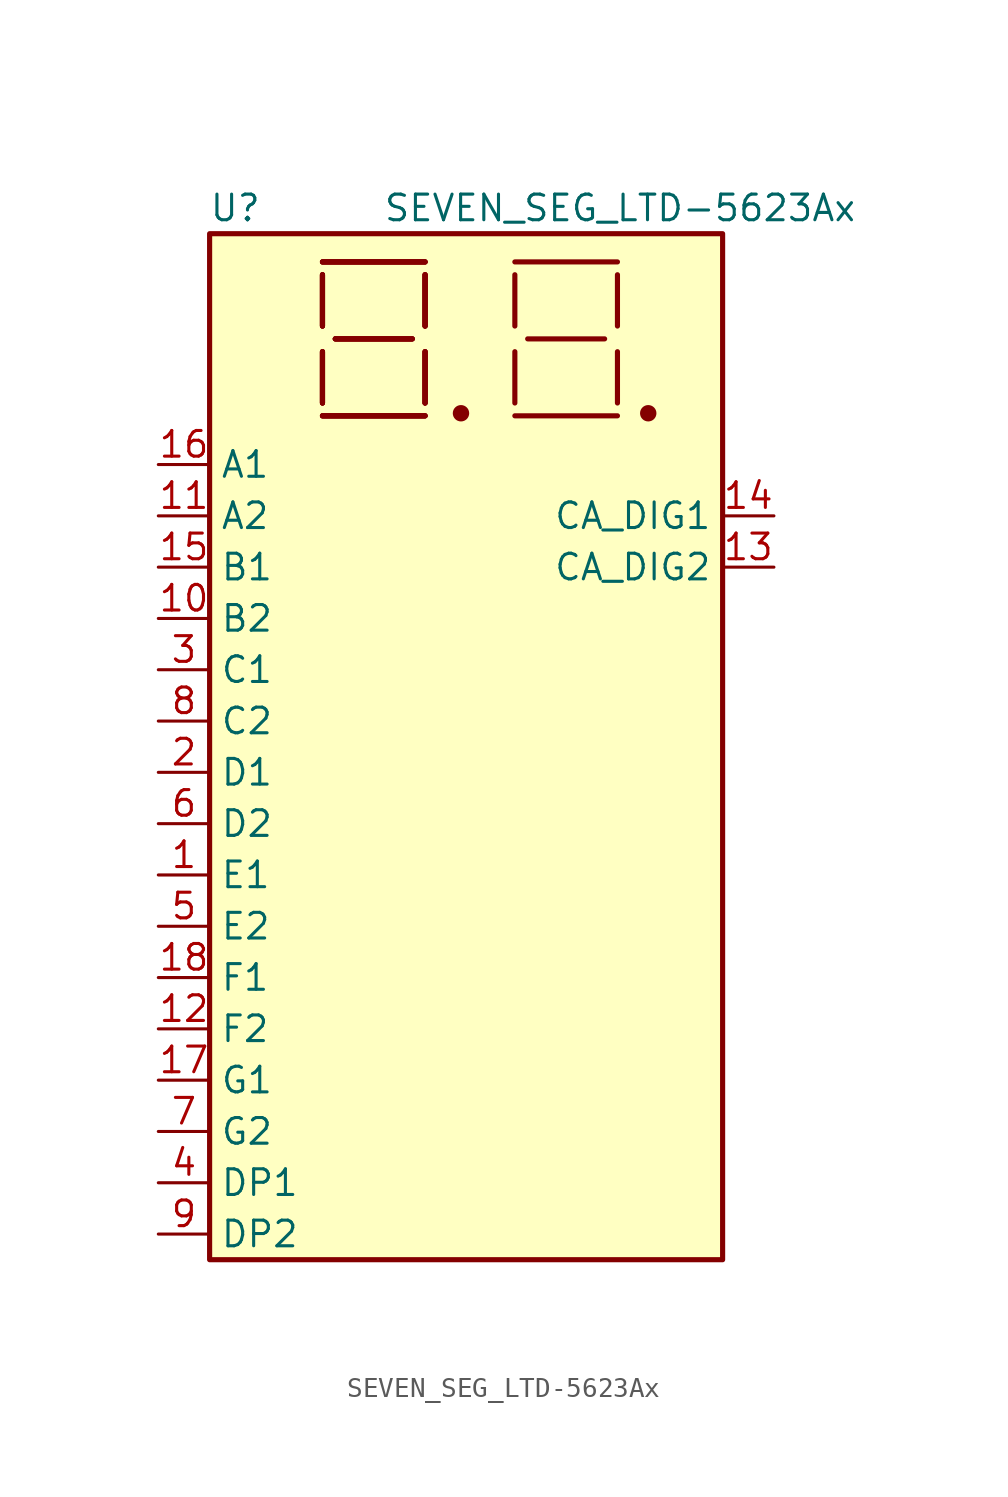
<source format=kicad_sym>
(kicad_symbol_lib
  (version 20231120)
  (generator "kicad_symbol_editor")
  (generator_version "8.0")
  (symbol "SEVEN_SEG_LTD-5623Ax"
    (property "Reference" "U"
      (at -11.43 13.97 0)
      (effects (font (size 1.27 1.27))))
    (property "Value" "SEVEN_SEG_LTD-5623Ax"
      (at 7.62 13.97 0)
      (effects (font (size 1.27 1.27))))
    (symbol "SEVEN_SEG_LTD-5623Ax_0_1"
      (rectangle (start -12.7 12.7) (end 12.7 -38.1) (stroke (width 0.254) (type default)) (fill (type background)))
      (circle (center -0.254 3.81) (radius 0.279) (stroke (width 0.254) (type default)) (fill (type outline)))
      (polyline (pts (xy -7.112 3.683) (xy -2.032 3.683)) (stroke (width 0.254) (type default)) (fill (type none)))
      (polyline (pts (xy -7.112 3.683) (xy -2.032 3.683)) (stroke (width 0.254) (type default)) (fill (type none)))
      (polyline (pts (xy -7.112 3.683) (xy -2.032 3.683)) (stroke (width 0.254) (type default)) (fill (type none)))
      (polyline (pts (xy -7.112 3.683) (xy -2.032 3.683)) (stroke (width 0.254) (type default)) (fill (type none)))
      (polyline (pts (xy -7.112 4.318) (xy -7.112 6.858)) (stroke (width 0.254) (type default)) (fill (type none)))
      (polyline (pts (xy -7.112 4.318) (xy -7.112 6.858)) (stroke (width 0.254) (type default)) (fill (type none)))
      (polyline (pts (xy -7.112 4.318) (xy -7.112 6.858)) (stroke (width 0.254) (type default)) (fill (type none)))
      (polyline (pts (xy -7.112 4.318) (xy -7.112 6.858)) (stroke (width 0.254) (type default)) (fill (type none)))
      (polyline (pts (xy -7.112 8.128) (xy -7.112 10.668)) (stroke (width 0.254) (type default)) (fill (type none)))
      (polyline (pts (xy -7.112 8.128) (xy -7.112 10.668)) (stroke (width 0.254) (type default)) (fill (type none)))
      (polyline (pts (xy -7.112 8.128) (xy -7.112 10.668)) (stroke (width 0.254) (type default)) (fill (type none)))
      (polyline (pts (xy -7.112 8.128) (xy -7.112 10.668)) (stroke (width 0.254) (type default)) (fill (type none)))
      (polyline (pts (xy -7.112 11.303) (xy -2.032 11.303)) (stroke (width 0.254) (type default)) (fill (type none)))
      (polyline (pts (xy -7.112 11.303) (xy -2.032 11.303)) (stroke (width 0.254) (type default)) (fill (type none)))
      (polyline (pts (xy -7.112 11.303) (xy -2.032 11.303)) (stroke (width 0.254) (type default)) (fill (type none)))
      (polyline (pts (xy -7.112 11.303) (xy -2.032 11.303)) (stroke (width 0.254) (type default)) (fill (type none)))
      (polyline (pts (xy -6.477 7.493) (xy -2.667 7.493)) (stroke (width 0.254) (type default)) (fill (type none)))
      (polyline (pts (xy -6.477 7.493) (xy -2.667 7.493)) (stroke (width 0.254) (type default)) (fill (type none)))
      (polyline (pts (xy -6.477 7.493) (xy -2.667 7.493)) (stroke (width 0.254) (type default)) (fill (type none)))
      (polyline (pts (xy -6.477 7.493) (xy -2.667 7.493)) (stroke (width 0.254) (type default)) (fill (type none)))
      (polyline (pts (xy -2.032 4.318) (xy -2.032 6.858)) (stroke (width 0.254) (type default)) (fill (type none)))
      (polyline (pts (xy -2.032 4.318) (xy -2.032 6.858)) (stroke (width 0.254) (type default)) (fill (type none)))
      (polyline (pts (xy -2.032 4.318) (xy -2.032 6.858)) (stroke (width 0.254) (type default)) (fill (type none)))
      (polyline (pts (xy -2.032 4.318) (xy -2.032 6.858)) (stroke (width 0.254) (type default)) (fill (type none)))
      (polyline (pts (xy -2.032 10.668) (xy -2.032 8.128)) (stroke (width 0.254) (type default)) (fill (type none)))
      (polyline (pts (xy -2.032 10.668) (xy -2.032 8.128)) (stroke (width 0.254) (type default)) (fill (type none)))
      (polyline (pts (xy -2.032 10.668) (xy -2.032 8.128)) (stroke (width 0.254) (type default)) (fill (type none)))
      (polyline (pts (xy -2.032 10.668) (xy -2.032 8.128)) (stroke (width 0.254) (type default)) (fill (type none)))
      (polyline (pts (xy 2.413 3.683) (xy 7.493 3.683)) (stroke (width 0.254) (type default)) (fill (type none)))
      (polyline (pts (xy 2.413 4.318) (xy 2.413 6.858)) (stroke (width 0.254) (type default)) (fill (type none)))
      (polyline (pts (xy 2.413 8.128) (xy 2.413 10.668)) (stroke (width 0.254) (type default)) (fill (type none)))
      (polyline (pts (xy 2.413 11.303) (xy 7.493 11.303)) (stroke (width 0.254) (type default)) (fill (type none)))
      (polyline (pts (xy 3.048 7.493) (xy 6.858 7.493)) (stroke (width 0.254) (type default)) (fill (type none)))
      (polyline (pts (xy 7.493 4.318) (xy 7.493 6.858)) (stroke (width 0.254) (type default)) (fill (type none)))
      (polyline (pts (xy 7.493 8.128) (xy 7.493 10.668)) (stroke (width 0.254) (type default)) (fill (type none)))
      (circle (center 9.017 3.81) (radius 0.279) (stroke (width 0.254) (type default)) (fill (type outline))))
    (symbol "SEVEN_SEG_LTD-5623Ax_1_1"
      (pin input line (at -15.24 -19.05 0) (length 2.54) (name "E1" (effects (font (size 1.27 1.27)))) (number "1" (effects (font (size 1.27 1.27)))))
      (pin input line (at -15.24 -6.35 0) (length 2.54) (name "B2" (effects (font (size 1.27 1.27)))) (number "10" (effects (font (size 1.27 1.27)))))
      (pin input line (at -15.24 -1.27 0) (length 2.54) (name "A2" (effects (font (size 1.27 1.27)))) (number "11" (effects (font (size 1.27 1.27)))))
      (pin input line (at -15.24 -26.67 0) (length 2.54) (name "F2" (effects (font (size 1.27 1.27)))) (number "12" (effects (font (size 1.27 1.27)))))
      (pin input line (at 15.24 -3.81 180) (length 2.54) (name "CA_DIG2" (effects (font (size 1.27 1.27)))) (number "13" (effects (font (size 1.27 1.27)))))
      (pin input line (at 15.24 -1.27 180) (length 2.54) (name "CA_DIG1" (effects (font (size 1.27 1.27)))) (number "14" (effects (font (size 1.27 1.27)))))
      (pin input line (at -15.24 -3.81 0) (length 2.54) (name "B1" (effects (font (size 1.27 1.27)))) (number "15" (effects (font (size 1.27 1.27)))))
      (pin input line (at -15.24 1.27 0) (length 2.54) (name "A1" (effects (font (size 1.27 1.27)))) (number "16" (effects (font (size 1.27 1.27)))))
      (pin input line (at -15.24 -29.21 0) (length 2.54) (name "G1" (effects (font (size 1.27 1.27)))) (number "17" (effects (font (size 1.27 1.27)))))
      (pin input line (at -15.24 -24.13 0) (length 2.54) (name "F1" (effects (font (size 1.27 1.27)))) (number "18" (effects (font (size 1.27 1.27)))))
      (pin input line (at -15.24 -13.97 0) (length 2.54) (name "D1" (effects (font (size 1.27 1.27)))) (number "2" (effects (font (size 1.27 1.27)))))
      (pin input line (at -15.24 -8.89 0) (length 2.54) (name "C1" (effects (font (size 1.27 1.27)))) (number "3" (effects (font (size 1.27 1.27)))))
      (pin input line (at -15.24 -34.29 0) (length 2.54) (name "DP1" (effects (font (size 1.27 1.27)))) (number "4" (effects (font (size 1.27 1.27)))))
      (pin input line (at -15.24 -21.59 0) (length 2.54) (name "E2" (effects (font (size 1.27 1.27)))) (number "5" (effects (font (size 1.27 1.27)))))
      (pin input line (at -15.24 -16.51 0) (length 2.54) (name "D2" (effects (font (size 1.27 1.27)))) (number "6" (effects (font (size 1.27 1.27)))))
      (pin input line (at -15.24 -31.75 0) (length 2.54) (name "G2" (effects (font (size 1.27 1.27)))) (number "7" (effects (font (size 1.27 1.27)))))
      (pin input line (at -15.24 -11.43 0) (length 2.54) (name "C2" (effects (font (size 1.27 1.27)))) (number "8" (effects (font (size 1.27 1.27)))))
      (pin input line (at -15.24 -36.83 0) (length 2.54) (name "DP2" (effects (font (size 1.27 1.27)))) (number "9" (effects (font (size 1.27 1.27))))))))
</source>
